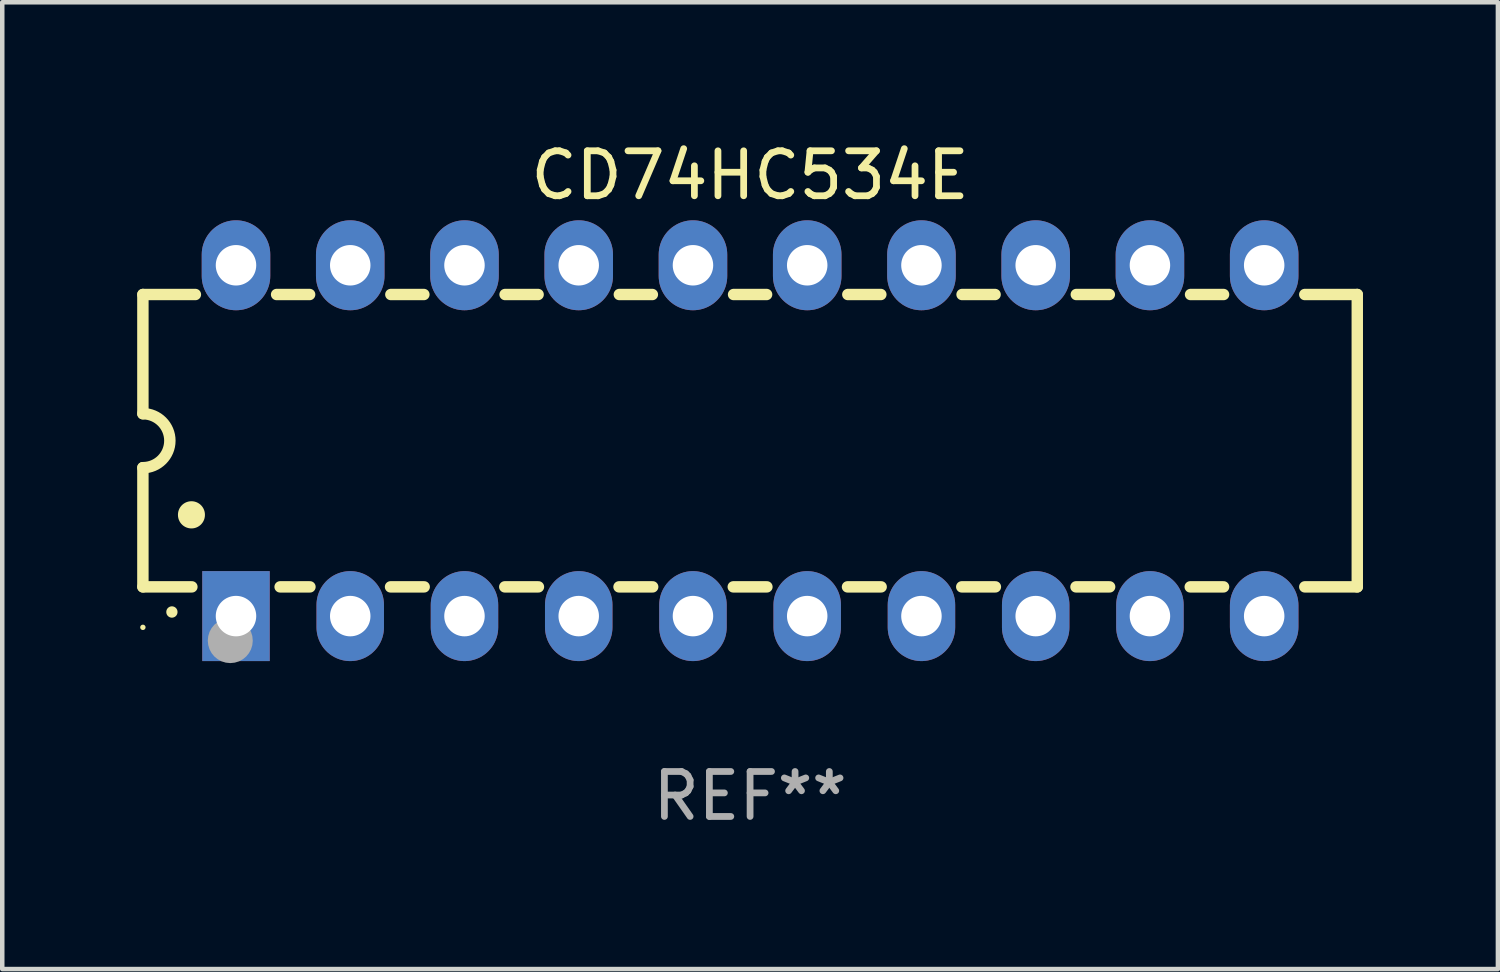
<source format=kicad_pcb>
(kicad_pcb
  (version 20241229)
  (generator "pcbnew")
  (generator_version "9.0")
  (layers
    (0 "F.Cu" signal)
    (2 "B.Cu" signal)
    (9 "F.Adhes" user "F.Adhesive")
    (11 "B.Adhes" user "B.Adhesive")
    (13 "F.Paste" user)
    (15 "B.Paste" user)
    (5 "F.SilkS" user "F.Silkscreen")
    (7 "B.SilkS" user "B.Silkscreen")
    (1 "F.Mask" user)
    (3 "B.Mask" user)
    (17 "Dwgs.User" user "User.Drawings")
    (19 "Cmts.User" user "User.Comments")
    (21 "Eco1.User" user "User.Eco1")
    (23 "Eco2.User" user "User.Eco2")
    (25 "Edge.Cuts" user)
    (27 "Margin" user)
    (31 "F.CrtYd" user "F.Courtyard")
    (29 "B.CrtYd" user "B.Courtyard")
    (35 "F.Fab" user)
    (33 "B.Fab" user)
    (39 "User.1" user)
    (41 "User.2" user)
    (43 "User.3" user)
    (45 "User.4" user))
  (footprint "CD74HC534E"
    (layer "F.Cu")
    (at 13.627 6.748)
    (property "Reference" "CD74HC534E" (at 0 -5.9 0) (layer "F.SilkS") (effects (font (size 1 1) (thickness 0.15))))
    (attr through_hole)
    (fp_line (start -13.5 -3.25) (end -12.333 -3.25) (stroke (width 0.254) (type solid)) (layer "F.SilkS"))
    (fp_line (start -13.5 -0.6) (end -13.5 -3.25) (stroke (width 0.254) (type solid)) (layer "F.SilkS"))
    (fp_line (start -13.5 3.25) (end -13.5 0.6) (stroke (width 0.254) (type solid)) (layer "F.SilkS"))
    (fp_line (start -13.5 3.25) (end -12.411 3.25) (stroke (width 0.254) (type solid)) (layer "F.SilkS"))
    (fp_line (start -10.527 -3.25) (end -9.793 -3.25) (stroke (width 0.254) (type solid)) (layer "F.SilkS"))
    (fp_line (start -10.449 3.25) (end -9.786 3.25) (stroke (width 0.254) (type solid)) (layer "F.SilkS"))
    (fp_line (start -7.994 3.25) (end -7.246 3.25) (stroke (width 0.254) (type solid)) (layer "F.SilkS"))
    (fp_line (start -7.987 -3.25) (end -7.253 -3.25) (stroke (width 0.254) (type solid)) (layer "F.SilkS"))
    (fp_line (start -5.454 3.25) (end -4.706 3.25) (stroke (width 0.254) (type solid)) (layer "F.SilkS"))
    (fp_line (start -5.447 -3.25) (end -4.713 -3.25) (stroke (width 0.254) (type solid)) (layer "F.SilkS"))
    (fp_line (start -2.914 3.25) (end -2.166 3.25) (stroke (width 0.254) (type solid)) (layer "F.SilkS"))
    (fp_line (start -2.907 -3.25) (end -2.173 -3.25) (stroke (width 0.254) (type solid)) (layer "F.SilkS"))
    (fp_line (start -0.374 3.25) (end 0.374 3.25) (stroke (width 0.254) (type solid)) (layer "F.SilkS"))
    (fp_line (start -0.367 -3.25) (end 0.367 -3.25) (stroke (width 0.254) (type solid)) (layer "F.SilkS"))
    (fp_line (start 2.166 3.25) (end 2.914 3.25) (stroke (width 0.254) (type solid)) (layer "F.SilkS"))
    (fp_line (start 2.173 -3.25) (end 2.907 -3.25) (stroke (width 0.254) (type solid)) (layer "F.SilkS"))
    (fp_line (start 4.706 3.25) (end 5.454 3.25) (stroke (width 0.254) (type solid)) (layer "F.SilkS"))
    (fp_line (start 4.713 -3.25) (end 5.447 -3.25) (stroke (width 0.254) (type solid)) (layer "F.SilkS"))
    (fp_line (start 7.246 3.25) (end 7.994 3.25) (stroke (width 0.254) (type solid)) (layer "F.SilkS"))
    (fp_line (start 7.253 -3.25) (end 7.987 -3.25) (stroke (width 0.254) (type solid)) (layer "F.SilkS"))
    (fp_line (start 9.786 3.25) (end 10.527 3.25) (stroke (width 0.254) (type solid)) (layer "F.SilkS"))
    (fp_line (start 9.793 -3.25) (end 10.527 -3.25) (stroke (width 0.254) (type solid)) (layer "F.SilkS"))
    (fp_line (start 12.333 -3.25) (end 13.5 -3.25) (stroke (width 0.254) (type solid)) (layer "F.SilkS"))
    (fp_line (start 12.333 3.25) (end 13.5 3.25) (stroke (width 0.254) (type solid)) (layer "F.SilkS"))
    (fp_line (start 13.5 -3.25) (end 13.5 3.25) (stroke (width 0.254) (type solid)) (layer "F.SilkS"))
    (fp_arc (start -13.500127 -0.599442) (mid -12.900406 0.000228) (end -13.500025 0.6) (stroke (width 0.254001) (type solid)) (layer "F.SilkS"))
    (fp_arc (start -12.854966 3.810008) (mid -12.854973 3.808738) (end -12.854966 3.807468) (stroke (width 0.25) (type solid)) (layer "F.SilkS"))
    (fp_arc (start -12.420625 1.651003) (mid -12.420636 1.648463) (end -12.420625 1.645923) (stroke (width 0.6) (type solid)) (layer "F.SilkS"))
    (fp_circle (center -13.5 4.15) (end -13.47 4.15) (stroke (width 0.06) (type solid)) (fill no) (layer "F.SilkS"))
    (fp_circle (center -11.557 4.445) (end -11.307 4.445) (stroke (width 0.5) (type solid)) (fill no) (layer "F.Fab"))
    (fp_text user "REF**" (at 0 7.9 0) (layer "F.Fab") (effects (font (size 1 1) (thickness 0.15))))
    (pad "1" thru_hole rect (at -11.43 3.9 90) (size 2 1.5) (drill 0.9) (layers "*.Cu" "*.Mask"))
    (pad "2" thru_hole oval (at -8.89 3.9 90) (size 2 1.5) (drill 0.9) (layers "*.Cu" "*.Mask"))
    (pad "3" thru_hole oval (at -6.35 3.9 90) (size 2 1.5) (drill 0.9) (layers "*.Cu" "*.Mask"))
    (pad "4" thru_hole oval (at -3.81 3.9 90) (size 2 1.5) (drill 0.9) (layers "*.Cu" "*.Mask"))
    (pad "5" thru_hole oval (at -1.27 3.9 90) (size 2 1.5) (drill 0.9) (layers "*.Cu" "*.Mask"))
    (pad "6" thru_hole oval (at 1.27 3.9 90) (size 2 1.5) (drill 0.9) (layers "*.Cu" "*.Mask"))
    (pad "7" thru_hole oval (at 3.81 3.9 90) (size 2 1.5) (drill 0.9) (layers "*.Cu" "*.Mask"))
    (pad "8" thru_hole oval (at 6.35 3.9 90) (size 2 1.5) (drill 0.9) (layers "*.Cu" "*.Mask"))
    (pad "9" thru_hole oval (at 8.89 3.9 90) (size 2 1.5) (drill 0.9) (layers "*.Cu" "*.Mask"))
    (pad "10" thru_hole oval (at 11.43 3.9 90) (size 2 1.524) (drill 0.9) (layers "*.Cu" "*.Mask"))
    (pad "11" thru_hole oval (at 11.43 -3.9 90) (size 2 1.524) (drill 0.9) (layers "*.Cu" "*.Mask"))
    (pad "12" thru_hole oval (at 8.89 -3.9 90) (size 2 1.524) (drill 0.9) (layers "*.Cu" "*.Mask"))
    (pad "13" thru_hole oval (at 6.35 -3.9 90) (size 2 1.524) (drill 0.9) (layers "*.Cu" "*.Mask"))
    (pad "14" thru_hole oval (at 3.81 -3.9 90) (size 2 1.524) (drill 0.9) (layers "*.Cu" "*.Mask"))
    (pad "15" thru_hole oval (at 1.27 -3.9 90) (size 2 1.524) (drill 0.9) (layers "*.Cu" "*.Mask"))
    (pad "16" thru_hole oval (at -1.27 -3.9 90) (size 2 1.524) (drill 0.9) (layers "*.Cu" "*.Mask"))
    (pad "17" thru_hole oval (at -3.81 -3.9 90) (size 2 1.524) (drill 0.9) (layers "*.Cu" "*.Mask"))
    (pad "18" thru_hole oval (at -6.35 -3.9 90) (size 2 1.524) (drill 0.9) (layers "*.Cu" "*.Mask"))
    (pad "19" thru_hole oval (at -8.89 -3.9 90) (size 2 1.524) (drill 0.9) (layers "*.Cu" "*.Mask"))
    (pad "20" thru_hole oval (at -11.43 -3.9 90) (size 2 1.524) (drill 0.9) (layers "*.Cu" "*.Mask")))
  (gr_rect
    (start -3 -3)
    (end 30.254 18.496)
    (stroke (width 0.1) (type default))
    (fill no)
    (layer "Edge.Cuts")))
</source>
